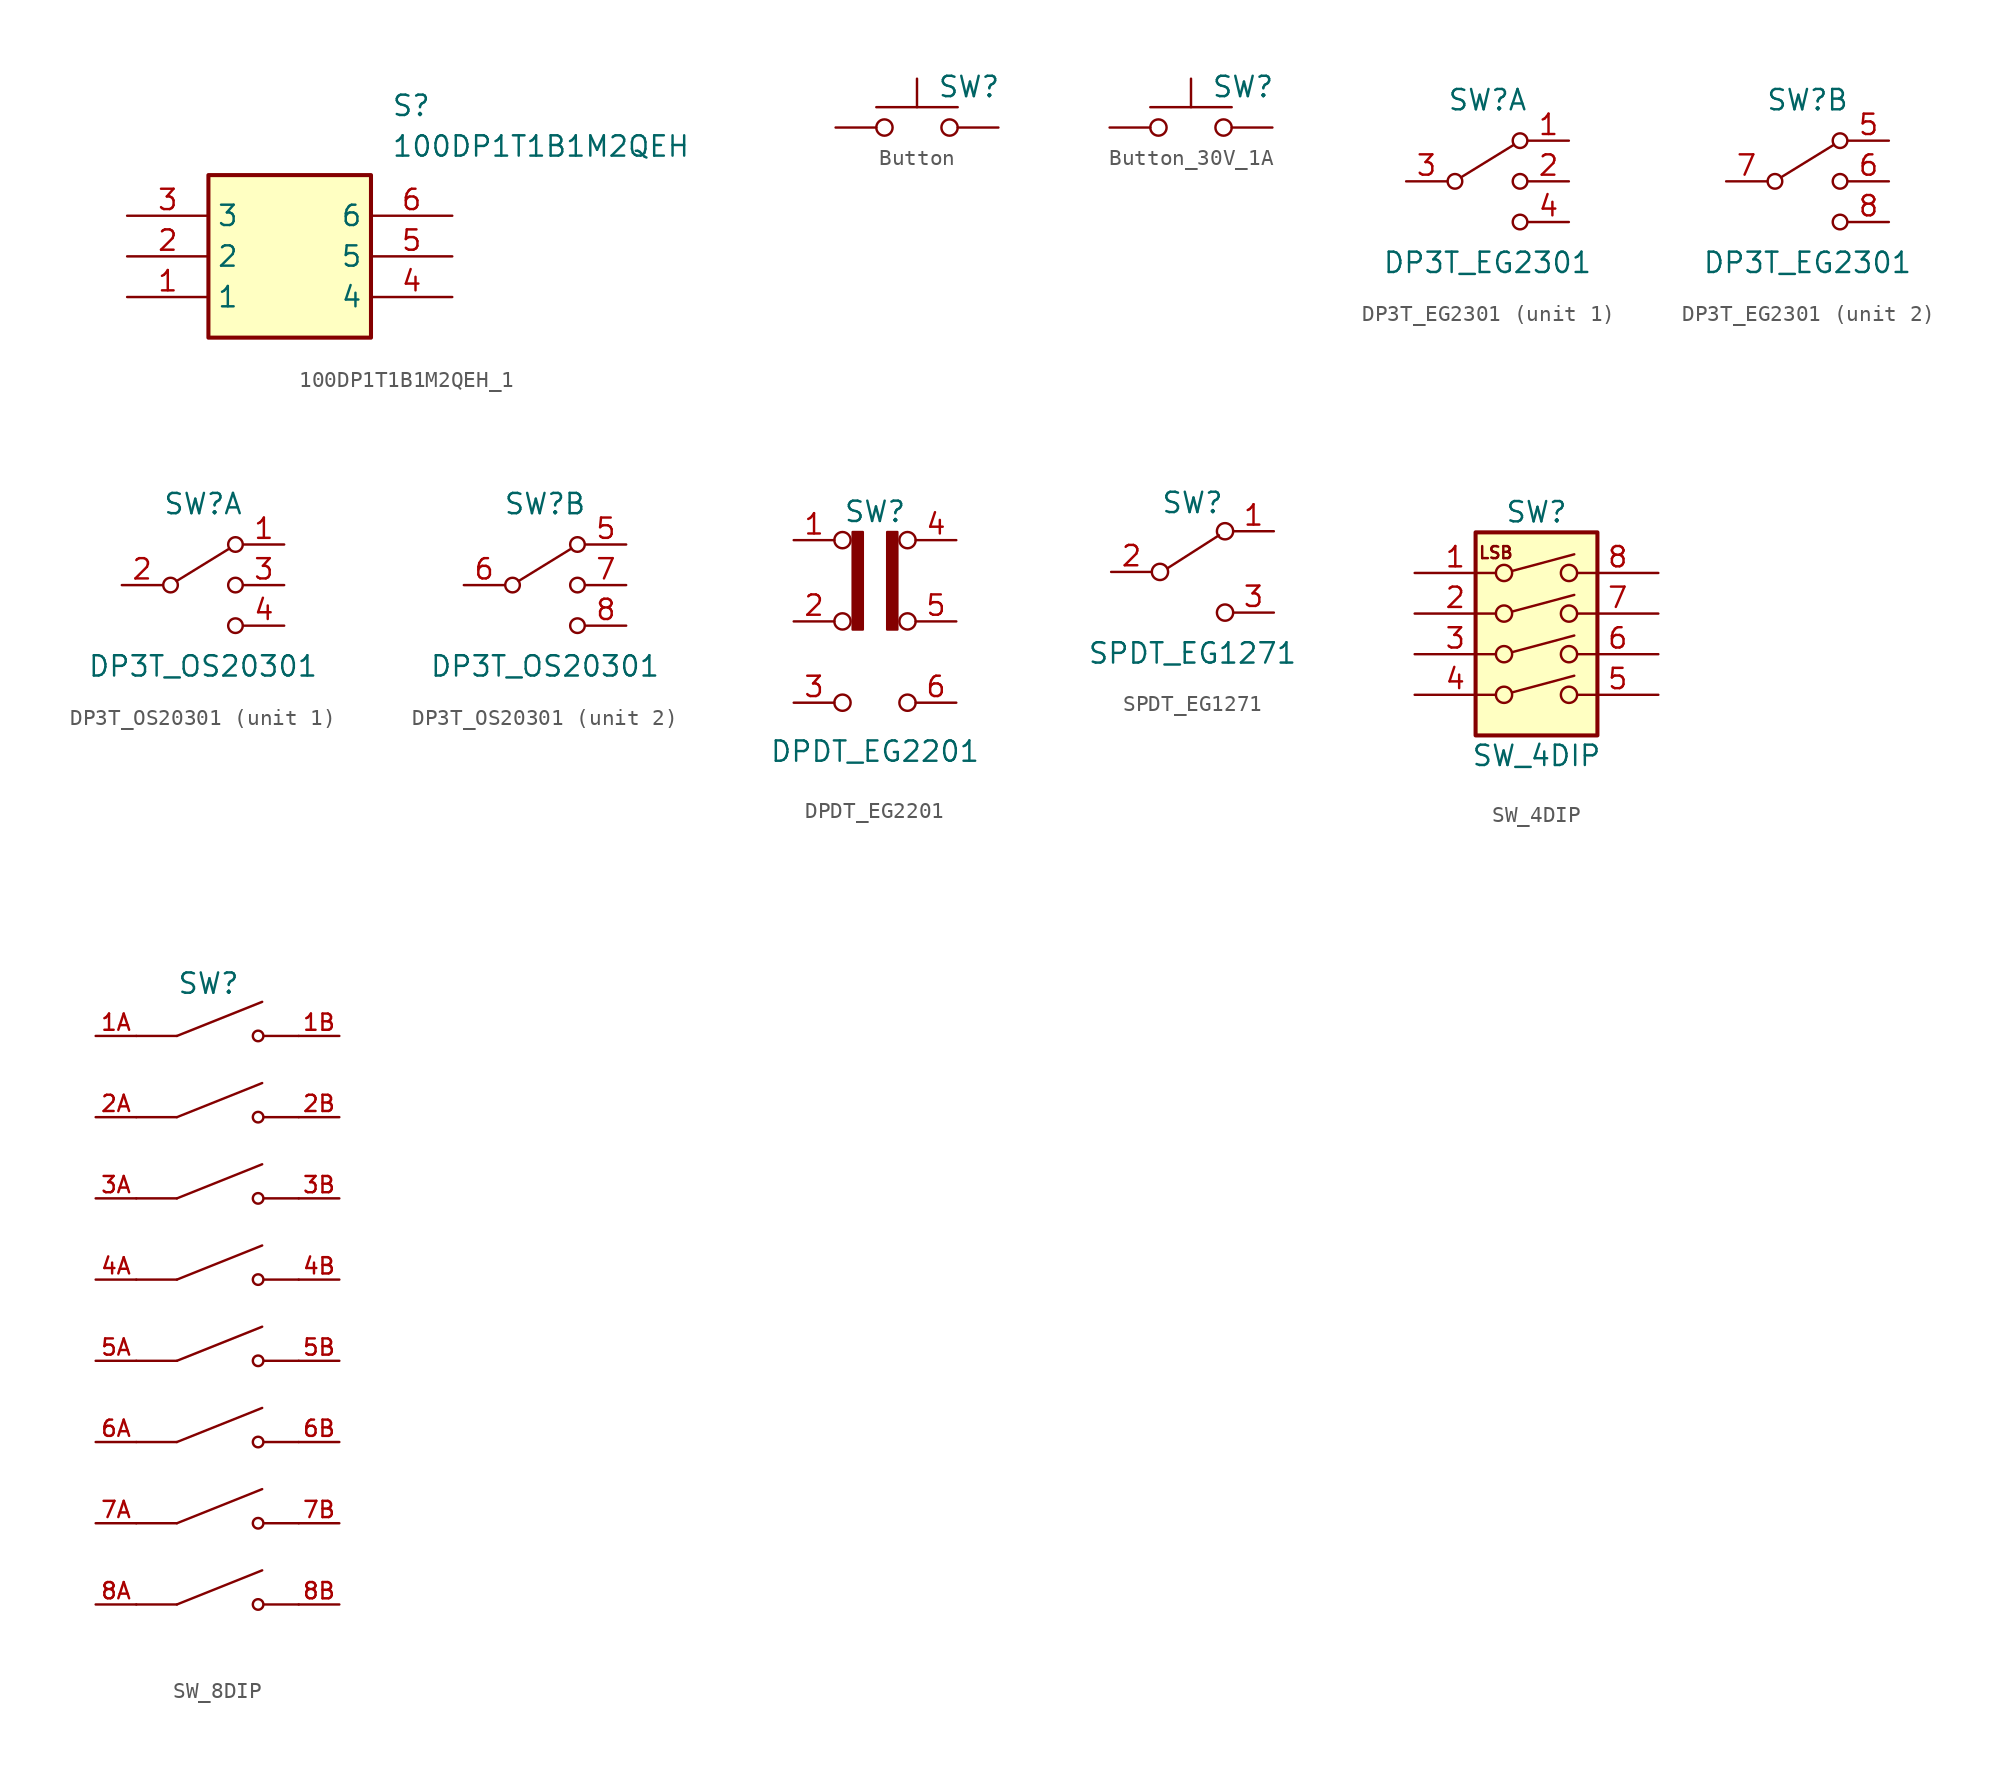
<source format=kicad_sym>
(kicad_symbol_lib
  (version 20231120)
  (generator "kicad_symbol_editor")
  (generator_version "8.0")
  (symbol "100DP1T1B1M2QEH_1"
    (property "Reference" "S"
      (at 16.51 7.62 0)
      (effects (font (size 1.27 1.27)) (justify left top)))
    (property "Value" "100DP1T1B1M2QEH"
      (at 16.51 5.08 0)
      (effects (font (size 1.27 1.27)) (justify left top)))
    (symbol "100DP1T1B1M2QEH_1_1_1"
      (rectangle (start 5.08 2.54) (end 15.24 -7.62) (stroke (width 0.254) (type default)) (fill (type background)))
      (pin passive line (at 0 -5.08 0) (length 5.08) (name "1" (effects (font (size 1.27 1.27)))) (number "1" (effects (font (size 1.27 1.27)))))
      (pin passive line (at 0 -2.54 0) (length 5.08) (name "2" (effects (font (size 1.27 1.27)))) (number "2" (effects (font (size 1.27 1.27)))))
      (pin passive line (at 0 0 0) (length 5.08) (name "3" (effects (font (size 1.27 1.27)))) (number "3" (effects (font (size 1.27 1.27)))))
      (pin passive line (at 20.32 -5.08 180) (length 5.08) (name "4" (effects (font (size 1.27 1.27)))) (number "4" (effects (font (size 1.27 1.27)))))
      (pin passive line (at 20.32 -2.54 180) (length 5.08) (name "5" (effects (font (size 1.27 1.27)))) (number "5" (effects (font (size 1.27 1.27)))))
      (pin passive line (at 20.32 0 180) (length 5.08) (name "6" (effects (font (size 1.27 1.27)))) (number "6" (effects (font (size 1.27 1.27)))))))
  (symbol "Button"
    (pin_numbers hide)
    (pin_names
      (offset 1.016) hide)
    (property "Reference" "SW"
      (at 1.27 2.54 0)
      (effects (font (size 1.27 1.27)) (justify left)))
    (symbol "Button_0_1"
      (circle (center -2.032 0) (radius 0.508) (stroke (width 0) (type default)) (fill (type none)))
      (polyline (pts (xy 0 1.27) (xy 0 3.048)) (stroke (width 0) (type default)) (fill (type none)))
      (polyline (pts (xy 2.54 1.27) (xy -2.54 1.27)) (stroke (width 0) (type default)) (fill (type none)))
      (circle (center 2.032 0) (radius 0.508) (stroke (width 0) (type default)) (fill (type none)))
      (pin passive line (at -5.08 0 0) (length 2.54) (name "1" (effects (font (size 1.27 1.27)))) (number "1" (effects (font (size 1.27 1.27)))))
      (pin passive line (at 5.08 0 180) (length 2.54) (name "2" (effects (font (size 1.27 1.27)))) (number "2" (effects (font (size 1.27 1.27)))))))
  (symbol "Button_30V_1A"
    (pin_numbers hide)
    (pin_names
      (offset 1.016) hide)
    (property "Reference" "SW"
      (at 1.27 2.54 0)
      (effects (font (size 1.27 1.27)) (justify left)))
    (symbol "Button_30V_1A_0_1"
      (circle (center -2.032 0) (radius 0.508) (stroke (width 0) (type default)) (fill (type none)))
      (polyline (pts (xy 0 1.27) (xy 0 3.048)) (stroke (width 0) (type default)) (fill (type none)))
      (polyline (pts (xy 2.54 1.27) (xy -2.54 1.27)) (stroke (width 0) (type default)) (fill (type none)))
      (circle (center 2.032 0) (radius 0.508) (stroke (width 0) (type default)) (fill (type none)))
      (pin passive line (at -5.08 0 0) (length 2.54) (name "1" (effects (font (size 1.27 1.27)))) (number "1" (effects (font (size 1.27 1.27)))))
      (pin passive line (at 5.08 0 180) (length 2.54) (name "2" (effects (font (size 1.27 1.27)))) (number "2" (effects (font (size 1.27 1.27)))))))
  (symbol "DP3T_EG2301"
    (pin_names
      (offset 0) hide)
    (property "Reference" "SW"
      (at 0 5.08 0)
      (effects (font (size 1.27 1.27))))
    (property "Value" "DP3T_EG2301"
      (at 0 -5.08 0)
      (effects (font (size 1.27 1.27))))
    (symbol "DP3T_EG2301_0_1"
      (circle (center -2.032 0) (radius 0.457) (stroke (width 0) (type default)) (fill (type none)))
      (polyline (pts (xy -1.651 0.254) (xy 1.651 2.286)) (stroke (width 0) (type default)) (fill (type none)))
      (circle (center 2.032 -2.54) (radius 0.457) (stroke (width 0) (type default)) (fill (type none)))
      (circle (center 2.032 0) (radius 0.457) (stroke (width 0) (type default)) (fill (type none)))
      (circle (center 2.032 2.54) (radius 0.457) (stroke (width 0) (type default)) (fill (type none))))
    (symbol "DP3T_EG2301_1_1"
      (pin passive line (at 5.08 2.54 180) (length 2.54) (name "1" (effects (font (size 1.27 1.27)))) (number "1" (effects (font (size 1.27 1.27)))))
      (pin passive line (at 5.08 0 180) (length 2.54) (name "2" (effects (font (size 1.27 1.27)))) (number "2" (effects (font (size 1.27 1.27)))))
      (pin passive line (at -5.08 0 0) (length 2.54) (name "3" (effects (font (size 1.27 1.27)))) (number "3" (effects (font (size 1.27 1.27)))))
      (pin passive line (at 5.08 -2.54 180) (length 2.54) (name "4" (effects (font (size 1.27 1.27)))) (number "4" (effects (font (size 1.27 1.27))))))
    (symbol "DP3T_EG2301_2_1"
      (pin passive line (at 5.08 2.54 180) (length 2.54) (name "5" (effects (font (size 1.27 1.27)))) (number "5" (effects (font (size 1.27 1.27)))))
      (pin passive line (at 5.08 0 180) (length 2.54) (name "6" (effects (font (size 1.27 1.27)))) (number "6" (effects (font (size 1.27 1.27)))))
      (pin passive line (at -5.08 0 0) (length 2.54) (name "7" (effects (font (size 1.27 1.27)))) (number "7" (effects (font (size 1.27 1.27)))))
      (pin passive line (at 5.08 -2.54 180) (length 2.54) (name "8" (effects (font (size 1.27 1.27)))) (number "8" (effects (font (size 1.27 1.27)))))))
  (symbol "DP3T_OS20301"
    (pin_names
      (offset 0) hide)
    (property "Reference" "SW"
      (at 0 5.08 0)
      (effects (font (size 1.27 1.27))))
    (property "Value" "DP3T_OS20301"
      (at 0 -5.08 0)
      (effects (font (size 1.27 1.27))))
    (symbol "DP3T_OS20301_0_1"
      (circle (center -2.032 0) (radius 0.457) (stroke (width 0) (type default)) (fill (type none)))
      (polyline (pts (xy -1.651 0.254) (xy 1.651 2.286)) (stroke (width 0) (type default)) (fill (type none)))
      (circle (center 2.032 -2.54) (radius 0.457) (stroke (width 0) (type default)) (fill (type none)))
      (circle (center 2.032 0) (radius 0.457) (stroke (width 0) (type default)) (fill (type none)))
      (circle (center 2.032 2.54) (radius 0.457) (stroke (width 0) (type default)) (fill (type none))))
    (symbol "DP3T_OS20301_1_1"
      (pin passive line (at 5.08 2.54 180) (length 2.54) (name "1" (effects (font (size 1.27 1.27)))) (number "1" (effects (font (size 1.27 1.27)))))
      (pin passive line (at -5.08 0 0) (length 2.54) (name "2" (effects (font (size 1.27 1.27)))) (number "2" (effects (font (size 1.27 1.27)))))
      (pin passive line (at 5.08 0 180) (length 2.54) (name "3" (effects (font (size 1.27 1.27)))) (number "3" (effects (font (size 1.27 1.27)))))
      (pin passive line (at 5.08 -2.54 180) (length 2.54) (name "4" (effects (font (size 1.27 1.27)))) (number "4" (effects (font (size 1.27 1.27))))))
    (symbol "DP3T_OS20301_2_1"
      (pin passive line (at 5.08 2.54 180) (length 2.54) (name "5" (effects (font (size 1.27 1.27)))) (number "5" (effects (font (size 1.27 1.27)))))
      (pin passive line (at -5.08 0 0) (length 2.54) (name "6" (effects (font (size 1.27 1.27)))) (number "6" (effects (font (size 1.27 1.27)))))
      (pin passive line (at 5.08 0 180) (length 2.54) (name "7" (effects (font (size 1.27 1.27)))) (number "7" (effects (font (size 1.27 1.27)))))
      (pin passive line (at 5.08 -2.54 180) (length 2.54) (name "8" (effects (font (size 1.27 1.27)))) (number "8" (effects (font (size 1.27 1.27)))))))
  (symbol "DPDT_EG2201"
    (pin_names
      (offset 0) hide)
    (property "Reference" "SW"
      (at 0 6.858 0)
      (effects (font (size 1.27 1.27))))
    (property "Value" "DPDT_EG2201"
      (at 0 -8.128 0)
      (effects (font (size 1.27 1.27))))
    (symbol "DPDT_EG2201_0_0"
      (circle (center -2.032 -5.08) (radius 0.508) (stroke (width 0) (type default)) (fill (type none)))
      (circle (center -2.032 5.08) (radius 0.508) (stroke (width 0) (type default)) (fill (type none)))
      (circle (center 2.032 -5.08) (radius 0.508) (stroke (width 0) (type default)) (fill (type none)))
      (circle (center 2.032 0) (radius 0.508) (stroke (width 0) (type default)) (fill (type none))))
    (symbol "DPDT_EG2201_0_1"
      (circle (center -2.032 0) (radius 0.508) (stroke (width 0) (type default)) (fill (type none)))
      (circle (center 2.032 5.08) (radius 0.508) (stroke (width 0) (type default)) (fill (type none))))
    (symbol "DPDT_EG2201_1_1"
      (rectangle (start -1.397 5.588) (end -0.762 -0.508) (stroke (width 0) (type default)) (fill (type outline)))
      (rectangle (start 0.762 5.588) (end 1.397 -0.508) (stroke (width 0) (type default)) (fill (type outline)))
      (pin passive line (at -5.08 5.08 0) (length 2.54) (name "A" (effects (font (size 1.27 1.27)))) (number "1" (effects (font (size 1.27 1.27)))))
      (pin passive line (at -5.08 0 0) (length 2.54) (name "B" (effects (font (size 1.27 1.27)))) (number "2" (effects (font (size 1.27 1.27)))))
      (pin passive line (at -5.08 -5.08 0) (length 2.54) (name "C" (effects (font (size 1.27 1.27)))) (number "3" (effects (font (size 1.27 1.27)))))
      (pin passive line (at 5.08 5.08 180) (length 2.54) (name "C" (effects (font (size 1.27 1.27)))) (number "4" (effects (font (size 1.27 1.27)))))
      (pin passive line (at 5.08 0 180) (length 2.54) (name "B" (effects (font (size 1.27 1.27)))) (number "5" (effects (font (size 1.27 1.27)))))
      (pin passive line (at 5.08 -5.08 180) (length 2.54) (name "A" (effects (font (size 1.27 1.27)))) (number "6" (effects (font (size 1.27 1.27)))))))
  (symbol "SPDT_EG1271"
    (pin_names
      (offset 0) hide)
    (property "Reference" "SW"
      (at 0 4.318 0)
      (effects (font (size 1.27 1.27))))
    (property "Value" "SPDT_EG1271"
      (at 0 -5.08 0)
      (effects (font (size 1.27 1.27))))
    (symbol "SPDT_EG1271_0_0"
      (circle (center -2.032 0) (radius 0.508) (stroke (width 0) (type default)) (fill (type none)))
      (circle (center 2.032 -2.54) (radius 0.508) (stroke (width 0) (type default)) (fill (type none)))
      (pin passive line (at 5.08 2.54 180) (length 2.54) hide (name "" (effects (font (size 1.27 1.27)))) (number "4" (effects (font (size 1.27 1.27)))))
      (pin passive line (at -5.08 0 0) (length 2.54) hide (name "" (effects (font (size 1.27 1.27)))) (number "5" (effects (font (size 1.27 1.27)))))
      (pin passive line (at 5.08 -2.54 180) (length 2.54) hide (name "" (effects (font (size 1.27 1.27)))) (number "6" (effects (font (size 1.27 1.27))))))
    (symbol "SPDT_EG1271_0_1"
      (polyline (pts (xy -1.524 0.254) (xy 1.651 2.286)) (stroke (width 0) (type default)) (fill (type none)))
      (circle (center 2.032 2.54) (radius 0.508) (stroke (width 0) (type default)) (fill (type none))))
    (symbol "SPDT_EG1271_1_1"
      (pin passive line (at 5.08 2.54 180) (length 2.54) (name "A" (effects (font (size 1.27 1.27)))) (number "1" (effects (font (size 1.27 1.27)))))
      (pin passive line (at -5.08 0 0) (length 2.54) (name "B" (effects (font (size 1.27 1.27)))) (number "2" (effects (font (size 1.27 1.27)))))
      (pin passive line (at 5.08 -2.54 180) (length 2.54) (name "C" (effects (font (size 1.27 1.27)))) (number "3" (effects (font (size 1.27 1.27)))))))
  (symbol "SW_4DIP"
    (pin_names
      (offset 0) hide)
    (property "Reference" "SW"
      (at 0 8.89 0)
      (effects (font (size 1.27 1.27))))
    (property "Value" "SW_4DIP"
      (at 0 -6.35 0)
      (effects (font (size 1.27 1.27))))
    (symbol "SW_4DIP_0_0"
      (circle (center -2.032 -2.54) (radius 0.508) (stroke (width 0) (type default)) (fill (type none)))
      (circle (center -2.032 0) (radius 0.508) (stroke (width 0) (type default)) (fill (type none)))
      (circle (center -2.032 2.54) (radius 0.508) (stroke (width 0) (type default)) (fill (type none)))
      (circle (center -2.032 5.08) (radius 0.508) (stroke (width 0) (type default)) (fill (type none)))
      (polyline (pts (xy -1.524 -2.388) (xy 2.362 -1.346)) (stroke (width 0) (type default)) (fill (type none)))
      (polyline (pts (xy -1.524 0.127) (xy 2.362 1.168)) (stroke (width 0) (type default)) (fill (type none)))
      (polyline (pts (xy -1.524 2.667) (xy 2.362 3.708)) (stroke (width 0) (type default)) (fill (type none)))
      (polyline (pts (xy -1.524 5.207) (xy 2.362 6.248)) (stroke (width 0) (type default)) (fill (type none)))
      (circle (center 2.032 -2.54) (radius 0.508) (stroke (width 0) (type default)) (fill (type none)))
      (circle (center 2.032 0) (radius 0.508) (stroke (width 0) (type default)) (fill (type none)))
      (circle (center 2.032 2.54) (radius 0.508) (stroke (width 0) (type default)) (fill (type none)))
      (circle (center 2.032 5.08) (radius 0.508) (stroke (width 0) (type default)) (fill (type none))))
    (symbol "SW_4DIP_0_1"
      (rectangle (start -3.81 7.62) (end 3.81 -5.08) (stroke (width 0.254) (type default)) (fill (type background))))
    (symbol "SW_4DIP_1_1"
      (text "LSB" (at -2.54 6.35 0) (effects (font (size 0.75 0.75))))
      (pin passive line (at -7.62 5.08 0) (length 5.08) (name "~" (effects (font (size 1.27 1.27)))) (number "1" (effects (font (size 1.27 1.27)))))
      (pin passive line (at -7.62 2.54 0) (length 5.08) (name "~" (effects (font (size 1.27 1.27)))) (number "2" (effects (font (size 1.27 1.27)))))
      (pin passive line (at -7.62 0 0) (length 5.08) (name "~" (effects (font (size 1.27 1.27)))) (number "3" (effects (font (size 1.27 1.27)))))
      (pin passive line (at -7.62 -2.54 0) (length 5.08) (name "~" (effects (font (size 1.27 1.27)))) (number "4" (effects (font (size 1.27 1.27)))))
      (pin passive line (at 7.62 -2.54 180) (length 5.08) (name "~" (effects (font (size 1.27 1.27)))) (number "5" (effects (font (size 1.27 1.27)))))
      (pin passive line (at 7.62 0 180) (length 5.08) (name "~" (effects (font (size 1.27 1.27)))) (number "6" (effects (font (size 1.27 1.27)))))
      (pin passive line (at 7.62 2.54 180) (length 5.08) (name "~" (effects (font (size 1.27 1.27)))) (number "7" (effects (font (size 1.27 1.27)))))
      (pin passive line (at 7.62 5.08 180) (length 5.08) (name "~" (effects (font (size 1.27 1.27)))) (number "8" (effects (font (size 1.27 1.27)))))))
  (symbol "SW_8DIP"
    (pin_names
      (offset 1.016) hide)
    (property "Reference" "SW"
      (at -2.54 20.32 0)
      (effects (font (size 1.27 1.27)) (justify left bottom)))
    (symbol "SW_8DIP_0_0"
      (polyline (pts (xy -2.54 -17.78) (xy -5.08 -17.78)) (stroke (width 0.152) (type default)) (fill (type none)))
      (polyline (pts (xy -2.54 -17.78) (xy 2.794 -15.646)) (stroke (width 0.152) (type default)) (fill (type none)))
      (polyline (pts (xy -2.54 -12.7) (xy -5.08 -12.7)) (stroke (width 0.152) (type default)) (fill (type none)))
      (polyline (pts (xy -2.54 -12.7) (xy 2.794 -10.566)) (stroke (width 0.152) (type default)) (fill (type none)))
      (polyline (pts (xy -2.54 -7.62) (xy -5.08 -7.62)) (stroke (width 0.152) (type default)) (fill (type none)))
      (polyline (pts (xy -2.54 -7.62) (xy 2.794 -5.486)) (stroke (width 0.152) (type default)) (fill (type none)))
      (polyline (pts (xy -2.54 -2.54) (xy -5.08 -2.54)) (stroke (width 0.152) (type default)) (fill (type none)))
      (polyline (pts (xy -2.54 -2.54) (xy 2.794 -0.406)) (stroke (width 0.152) (type default)) (fill (type none)))
      (polyline (pts (xy -2.54 2.54) (xy -5.08 2.54)) (stroke (width 0.152) (type default)) (fill (type none)))
      (polyline (pts (xy -2.54 2.54) (xy 2.794 4.674)) (stroke (width 0.152) (type default)) (fill (type none)))
      (polyline (pts (xy -2.54 7.62) (xy -5.08 7.62)) (stroke (width 0.152) (type default)) (fill (type none)))
      (polyline (pts (xy -2.54 7.62) (xy 2.794 9.754)) (stroke (width 0.152) (type default)) (fill (type none)))
      (polyline (pts (xy -2.54 12.7) (xy -5.08 12.7)) (stroke (width 0.152) (type default)) (fill (type none)))
      (polyline (pts (xy -2.54 12.7) (xy 2.794 14.834)) (stroke (width 0.152) (type default)) (fill (type none)))
      (polyline (pts (xy -2.54 17.78) (xy -5.08 17.78)) (stroke (width 0.152) (type default)) (fill (type none)))
      (polyline (pts (xy -2.54 17.78) (xy 2.794 19.914)) (stroke (width 0.152) (type default)) (fill (type none)))
      (polyline (pts (xy 5.08 -17.78) (xy 2.921 -17.78)) (stroke (width 0.152) (type default)) (fill (type none)))
      (polyline (pts (xy 5.08 -12.7) (xy 2.921 -12.7)) (stroke (width 0.152) (type default)) (fill (type none)))
      (polyline (pts (xy 5.08 -7.62) (xy 2.921 -7.62)) (stroke (width 0.152) (type default)) (fill (type none)))
      (polyline (pts (xy 5.08 -2.54) (xy 2.921 -2.54)) (stroke (width 0.152) (type default)) (fill (type none)))
      (polyline (pts (xy 5.08 2.54) (xy 2.921 2.54)) (stroke (width 0.152) (type default)) (fill (type none)))
      (polyline (pts (xy 5.08 7.62) (xy 2.921 7.62)) (stroke (width 0.152) (type default)) (fill (type none)))
      (polyline (pts (xy 5.08 12.7) (xy 2.921 12.7)) (stroke (width 0.152) (type default)) (fill (type none)))
      (polyline (pts (xy 5.08 17.78) (xy 2.921 17.78)) (stroke (width 0.152) (type default)) (fill (type none)))
      (circle (center 2.54 -17.78) (radius 0.33) (stroke (width 0.152) (type default)) (fill (type none)))
      (circle (center 2.54 -12.7) (radius 0.33) (stroke (width 0.152) (type default)) (fill (type none)))
      (circle (center 2.54 -7.62) (radius 0.33) (stroke (width 0.152) (type default)) (fill (type none)))
      (circle (center 2.54 -2.54) (radius 0.33) (stroke (width 0.152) (type default)) (fill (type none)))
      (circle (center 2.54 2.54) (radius 0.33) (stroke (width 0.152) (type default)) (fill (type none)))
      (circle (center 2.54 7.62) (radius 0.33) (stroke (width 0.152) (type default)) (fill (type none)))
      (circle (center 2.54 12.7) (radius 0.33) (stroke (width 0.152) (type default)) (fill (type none)))
      (circle (center 2.54 17.78) (radius 0.33) (stroke (width 0.152) (type default)) (fill (type none)))
      (pin passive line (at -7.62 17.78 0) (length 2.54) (name "~" (effects (font (size 1.016 1.016)))) (number "1A" (effects (font (size 1.016 1.016)))))
      (pin passive line (at 7.62 17.78 180) (length 2.54) (name "~" (effects (font (size 1.016 1.016)))) (number "1B" (effects (font (size 1.016 1.016)))))
      (pin passive line (at -7.62 12.7 0) (length 2.54) (name "~" (effects (font (size 1.016 1.016)))) (number "2A" (effects (font (size 1.016 1.016)))))
      (pin passive line (at 7.62 12.7 180) (length 2.54) (name "~" (effects (font (size 1.016 1.016)))) (number "2B" (effects (font (size 1.016 1.016)))))
      (pin passive line (at -7.62 7.62 0) (length 2.54) (name "~" (effects (font (size 1.016 1.016)))) (number "3A" (effects (font (size 1.016 1.016)))))
      (pin passive line (at 7.62 7.62 180) (length 2.54) (name "~" (effects (font (size 1.016 1.016)))) (number "3B" (effects (font (size 1.016 1.016)))))
      (pin passive line (at -7.62 2.54 0) (length 2.54) (name "~" (effects (font (size 1.016 1.016)))) (number "4A" (effects (font (size 1.016 1.016)))))
      (pin passive line (at 7.62 2.54 180) (length 2.54) (name "~" (effects (font (size 1.016 1.016)))) (number "4B" (effects (font (size 1.016 1.016)))))
      (pin passive line (at -7.62 -2.54 0) (length 2.54) (name "~" (effects (font (size 1.016 1.016)))) (number "5A" (effects (font (size 1.016 1.016)))))
      (pin passive line (at 7.62 -2.54 180) (length 2.54) (name "~" (effects (font (size 1.016 1.016)))) (number "5B" (effects (font (size 1.016 1.016)))))
      (pin passive line (at -7.62 -7.62 0) (length 2.54) (name "~" (effects (font (size 1.016 1.016)))) (number "6A" (effects (font (size 1.016 1.016)))))
      (pin passive line (at 7.62 -7.62 180) (length 2.54) (name "~" (effects (font (size 1.016 1.016)))) (number "6B" (effects (font (size 1.016 1.016)))))
      (pin passive line (at -7.62 -12.7 0) (length 2.54) (name "~" (effects (font (size 1.016 1.016)))) (number "7A" (effects (font (size 1.016 1.016)))))
      (pin passive line (at 7.62 -12.7 180) (length 2.54) (name "~" (effects (font (size 1.016 1.016)))) (number "7B" (effects (font (size 1.016 1.016)))))
      (pin passive line (at -7.62 -17.78 0) (length 2.54) (name "~" (effects (font (size 1.016 1.016)))) (number "8A" (effects (font (size 1.016 1.016)))))
      (pin passive line (at 7.62 -17.78 180) (length 2.54) (name "~" (effects (font (size 1.016 1.016)))) (number "8B" (effects (font (size 1.016 1.016))))))))
</source>
